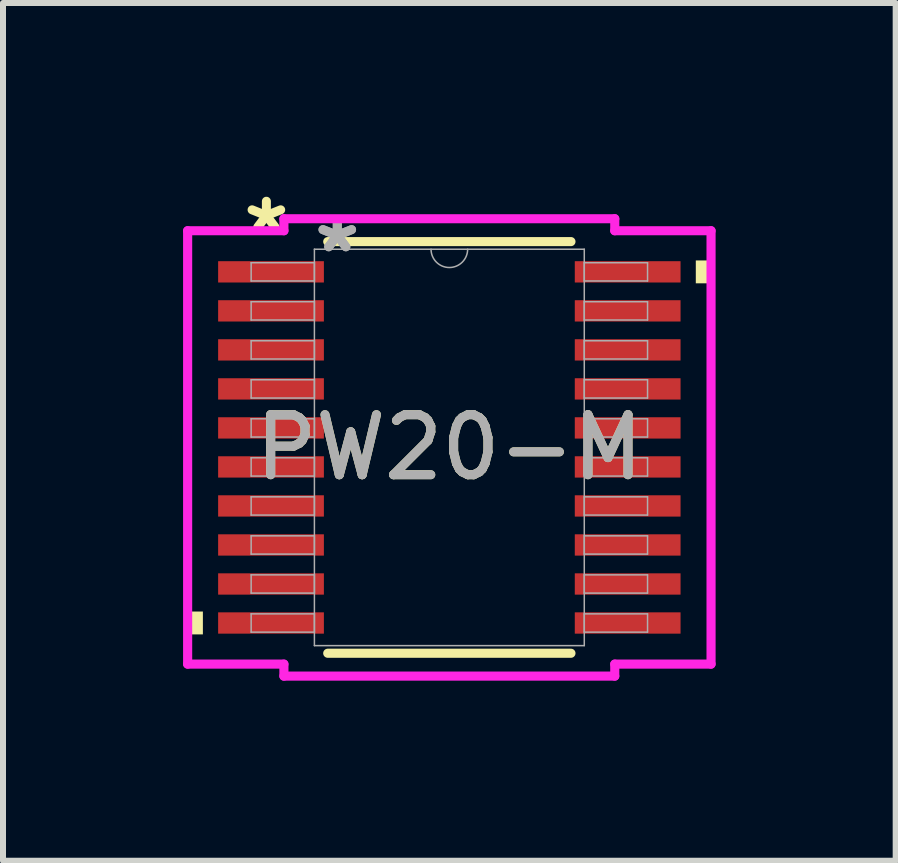
<source format=kicad_pcb>
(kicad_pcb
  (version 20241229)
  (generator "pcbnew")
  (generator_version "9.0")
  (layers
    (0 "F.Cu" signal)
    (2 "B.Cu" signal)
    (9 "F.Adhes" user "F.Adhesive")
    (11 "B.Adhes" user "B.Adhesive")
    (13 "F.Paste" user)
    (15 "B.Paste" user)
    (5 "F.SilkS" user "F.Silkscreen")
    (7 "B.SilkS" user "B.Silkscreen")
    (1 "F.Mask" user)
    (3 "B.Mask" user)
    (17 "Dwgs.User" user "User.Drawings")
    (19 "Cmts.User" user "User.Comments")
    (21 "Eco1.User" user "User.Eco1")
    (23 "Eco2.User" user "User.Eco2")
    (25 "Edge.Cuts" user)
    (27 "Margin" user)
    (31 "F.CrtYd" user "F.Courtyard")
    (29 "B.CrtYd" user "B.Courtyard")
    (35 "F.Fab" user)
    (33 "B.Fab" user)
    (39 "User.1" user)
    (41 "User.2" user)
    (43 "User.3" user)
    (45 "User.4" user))
  (footprint "PW20-M"
    (layer "F.Cu")
    (at 4.436 4.404)
    (property "Reference" "PW20-M" (at 0 0 0) (unlocked yes) (layer "F.SilkS") (effects (font (size 1 1) (thickness 0.15))))
    (attr smd allow_soldermask_bridges)
    (fp_line (start -2.026 3.429) (end 2.026 3.429) (stroke (width 0.152) (type solid)) (layer "F.SilkS"))
    (fp_line (start 2.026 -3.429) (end -2.026 -3.429) (stroke (width 0.152) (type solid)) (layer "F.SilkS"))
    (fp_poly (pts (xy -4.36 2.734) (xy -4.36 3.115) (xy -4.106 3.115) (xy -4.106 2.734)) (stroke (width 0) (type solid)) (fill yes) (layer "F.SilkS"))
    (fp_poly (pts (xy 4.36 -3.115) (xy 4.36 -2.734) (xy 4.106 -2.734) (xy 4.106 -3.115)) (stroke (width 0) (type solid)) (fill yes) (layer "F.SilkS"))
    (fp_line (start -4.36 -3.61) (end -2.756 -3.61) (stroke (width 0.152) (type solid)) (layer "F.CrtYd"))
    (fp_line (start -4.36 3.61) (end -4.36 -3.61) (stroke (width 0.152) (type solid)) (layer "F.CrtYd"))
    (fp_line (start -4.36 3.61) (end -2.756 3.61) (stroke (width 0.152) (type solid)) (layer "F.CrtYd"))
    (fp_line (start -2.756 -3.81) (end 2.756 -3.81) (stroke (width 0.152) (type solid)) (layer "F.CrtYd"))
    (fp_line (start -2.756 -3.61) (end -2.756 -3.81) (stroke (width 0.152) (type solid)) (layer "F.CrtYd"))
    (fp_line (start -2.756 3.81) (end -2.756 3.61) (stroke (width 0.152) (type solid)) (layer "F.CrtYd"))
    (fp_line (start 2.756 -3.81) (end 2.756 -3.61) (stroke (width 0.152) (type solid)) (layer "F.CrtYd"))
    (fp_line (start 2.756 3.61) (end 2.756 3.81) (stroke (width 0.152) (type solid)) (layer "F.CrtYd"))
    (fp_line (start 2.756 3.81) (end -2.756 3.81) (stroke (width 0.152) (type solid)) (layer "F.CrtYd"))
    (fp_line (start 4.36 -3.61) (end 2.756 -3.61) (stroke (width 0.152) (type solid)) (layer "F.CrtYd"))
    (fp_line (start 4.36 -3.61) (end 4.36 3.61) (stroke (width 0.152) (type solid)) (layer "F.CrtYd"))
    (fp_line (start 4.36 3.61) (end 2.756 3.61) (stroke (width 0.152) (type solid)) (layer "F.CrtYd"))
    (fp_line (start -3.302 -3.077) (end -3.302 -2.773) (stroke (width 0.025) (type solid)) (layer "F.Fab"))
    (fp_line (start -3.302 -2.773) (end -2.248 -2.773) (stroke (width 0.025) (type solid)) (layer "F.Fab"))
    (fp_line (start -3.302 -2.427) (end -3.302 -2.123) (stroke (width 0.025) (type solid)) (layer "F.Fab"))
    (fp_line (start -3.302 -2.123) (end -2.248 -2.123) (stroke (width 0.025) (type solid)) (layer "F.Fab"))
    (fp_line (start -3.302 -1.777) (end -3.302 -1.473) (stroke (width 0.025) (type solid)) (layer "F.Fab"))
    (fp_line (start -3.302 -1.473) (end -2.248 -1.473) (stroke (width 0.025) (type solid)) (layer "F.Fab"))
    (fp_line (start -3.302 -1.127) (end -3.302 -0.823) (stroke (width 0.025) (type solid)) (layer "F.Fab"))
    (fp_line (start -3.302 -0.823) (end -2.248 -0.823) (stroke (width 0.025) (type solid)) (layer "F.Fab"))
    (fp_line (start -3.302 -0.477) (end -3.302 -0.173) (stroke (width 0.025) (type solid)) (layer "F.Fab"))
    (fp_line (start -3.302 -0.173) (end -2.248 -0.173) (stroke (width 0.025) (type solid)) (layer "F.Fab"))
    (fp_line (start -3.302 0.173) (end -3.302 0.477) (stroke (width 0.025) (type solid)) (layer "F.Fab"))
    (fp_line (start -3.302 0.477) (end -2.248 0.477) (stroke (width 0.025) (type solid)) (layer "F.Fab"))
    (fp_line (start -3.302 0.823) (end -3.302 1.127) (stroke (width 0.025) (type solid)) (layer "F.Fab"))
    (fp_line (start -3.302 1.127) (end -2.248 1.127) (stroke (width 0.025) (type solid)) (layer "F.Fab"))
    (fp_line (start -3.302 1.473) (end -3.302 1.777) (stroke (width 0.025) (type solid)) (layer "F.Fab"))
    (fp_line (start -3.302 1.777) (end -2.248 1.777) (stroke (width 0.025) (type solid)) (layer "F.Fab"))
    (fp_line (start -3.302 2.123) (end -3.302 2.427) (stroke (width 0.025) (type solid)) (layer "F.Fab"))
    (fp_line (start -3.302 2.427) (end -2.248 2.427) (stroke (width 0.025) (type solid)) (layer "F.Fab"))
    (fp_line (start -3.302 2.773) (end -3.302 3.077) (stroke (width 0.025) (type solid)) (layer "F.Fab"))
    (fp_line (start -3.302 3.077) (end -2.248 3.077) (stroke (width 0.025) (type solid)) (layer "F.Fab"))
    (fp_line (start -2.248 -3.302) (end -2.248 3.302) (stroke (width 0.025) (type solid)) (layer "F.Fab"))
    (fp_line (start -2.248 -3.077) (end -3.302 -3.077) (stroke (width 0.025) (type solid)) (layer "F.Fab"))
    (fp_line (start -2.248 -2.773) (end -2.248 -3.077) (stroke (width 0.025) (type solid)) (layer "F.Fab"))
    (fp_line (start -2.248 -2.427) (end -3.302 -2.427) (stroke (width 0.025) (type solid)) (layer "F.Fab"))
    (fp_line (start -2.248 -2.123) (end -2.248 -2.427) (stroke (width 0.025) (type solid)) (layer "F.Fab"))
    (fp_line (start -2.248 -1.777) (end -3.302 -1.777) (stroke (width 0.025) (type solid)) (layer "F.Fab"))
    (fp_line (start -2.248 -1.473) (end -2.248 -1.777) (stroke (width 0.025) (type solid)) (layer "F.Fab"))
    (fp_line (start -2.248 -1.127) (end -3.302 -1.127) (stroke (width 0.025) (type solid)) (layer "F.Fab"))
    (fp_line (start -2.248 -0.823) (end -2.248 -1.127) (stroke (width 0.025) (type solid)) (layer "F.Fab"))
    (fp_line (start -2.248 -0.477) (end -3.302 -0.477) (stroke (width 0.025) (type solid)) (layer "F.Fab"))
    (fp_line (start -2.248 -0.173) (end -2.248 -0.477) (stroke (width 0.025) (type solid)) (layer "F.Fab"))
    (fp_line (start -2.248 0.173) (end -3.302 0.173) (stroke (width 0.025) (type solid)) (layer "F.Fab"))
    (fp_line (start -2.248 0.477) (end -2.248 0.173) (stroke (width 0.025) (type solid)) (layer "F.Fab"))
    (fp_line (start -2.248 0.823) (end -3.302 0.823) (stroke (width 0.025) (type solid)) (layer "F.Fab"))
    (fp_line (start -2.248 1.127) (end -2.248 0.823) (stroke (width 0.025) (type solid)) (layer "F.Fab"))
    (fp_line (start -2.248 1.473) (end -3.302 1.473) (stroke (width 0.025) (type solid)) (layer "F.Fab"))
    (fp_line (start -2.248 1.777) (end -2.248 1.473) (stroke (width 0.025) (type solid)) (layer "F.Fab"))
    (fp_line (start -2.248 2.123) (end -3.302 2.123) (stroke (width 0.025) (type solid)) (layer "F.Fab"))
    (fp_line (start -2.248 2.427) (end -2.248 2.123) (stroke (width 0.025) (type solid)) (layer "F.Fab"))
    (fp_line (start -2.248 2.773) (end -3.302 2.773) (stroke (width 0.025) (type solid)) (layer "F.Fab"))
    (fp_line (start -2.248 3.077) (end -2.248 2.773) (stroke (width 0.025) (type solid)) (layer "F.Fab"))
    (fp_line (start -2.248 3.302) (end 2.248 3.302) (stroke (width 0.025) (type solid)) (layer "F.Fab"))
    (fp_line (start 2.248 -3.302) (end -2.248 -3.302) (stroke (width 0.025) (type solid)) (layer "F.Fab"))
    (fp_line (start 2.248 -3.077) (end 2.248 -2.773) (stroke (width 0.025) (type solid)) (layer "F.Fab"))
    (fp_line (start 2.248 -2.773) (end 3.302 -2.773) (stroke (width 0.025) (type solid)) (layer "F.Fab"))
    (fp_line (start 2.248 -2.427) (end 2.248 -2.123) (stroke (width 0.025) (type solid)) (layer "F.Fab"))
    (fp_line (start 2.248 -2.123) (end 3.302 -2.123) (stroke (width 0.025) (type solid)) (layer "F.Fab"))
    (fp_line (start 2.248 -1.777) (end 2.248 -1.473) (stroke (width 0.025) (type solid)) (layer "F.Fab"))
    (fp_line (start 2.248 -1.473) (end 3.302 -1.473) (stroke (width 0.025) (type solid)) (layer "F.Fab"))
    (fp_line (start 2.248 -1.127) (end 2.248 -0.823) (stroke (width 0.025) (type solid)) (layer "F.Fab"))
    (fp_line (start 2.248 -0.823) (end 3.302 -0.823) (stroke (width 0.025) (type solid)) (layer "F.Fab"))
    (fp_line (start 2.248 -0.477) (end 2.248 -0.173) (stroke (width 0.025) (type solid)) (layer "F.Fab"))
    (fp_line (start 2.248 -0.173) (end 3.302 -0.173) (stroke (width 0.025) (type solid)) (layer "F.Fab"))
    (fp_line (start 2.248 0.173) (end 2.248 0.477) (stroke (width 0.025) (type solid)) (layer "F.Fab"))
    (fp_line (start 2.248 0.477) (end 3.302 0.477) (stroke (width 0.025) (type solid)) (layer "F.Fab"))
    (fp_line (start 2.248 0.823) (end 2.248 1.127) (stroke (width 0.025) (type solid)) (layer "F.Fab"))
    (fp_line (start 2.248 1.127) (end 3.302 1.127) (stroke (width 0.025) (type solid)) (layer "F.Fab"))
    (fp_line (start 2.248 1.473) (end 2.248 1.777) (stroke (width 0.025) (type solid)) (layer "F.Fab"))
    (fp_line (start 2.248 1.777) (end 3.302 1.777) (stroke (width 0.025) (type solid)) (layer "F.Fab"))
    (fp_line (start 2.248 2.123) (end 2.248 2.427) (stroke (width 0.025) (type solid)) (layer "F.Fab"))
    (fp_line (start 2.248 2.427) (end 3.302 2.427) (stroke (width 0.025) (type solid)) (layer "F.Fab"))
    (fp_line (start 2.248 2.773) (end 2.248 3.077) (stroke (width 0.025) (type solid)) (layer "F.Fab"))
    (fp_line (start 2.248 3.077) (end 3.302 3.077) (stroke (width 0.025) (type solid)) (layer "F.Fab"))
    (fp_line (start 2.248 3.302) (end 2.248 -3.302) (stroke (width 0.025) (type solid)) (layer "F.Fab"))
    (fp_line (start 3.302 -3.077) (end 2.248 -3.077) (stroke (width 0.025) (type solid)) (layer "F.Fab"))
    (fp_line (start 3.302 -2.773) (end 3.302 -3.077) (stroke (width 0.025) (type solid)) (layer "F.Fab"))
    (fp_line (start 3.302 -2.427) (end 2.248 -2.427) (stroke (width 0.025) (type solid)) (layer "F.Fab"))
    (fp_line (start 3.302 -2.123) (end 3.302 -2.427) (stroke (width 0.025) (type solid)) (layer "F.Fab"))
    (fp_line (start 3.302 -1.777) (end 2.248 -1.777) (stroke (width 0.025) (type solid)) (layer "F.Fab"))
    (fp_line (start 3.302 -1.473) (end 3.302 -1.777) (stroke (width 0.025) (type solid)) (layer "F.Fab"))
    (fp_line (start 3.302 -1.127) (end 2.248 -1.127) (stroke (width 0.025) (type solid)) (layer "F.Fab"))
    (fp_line (start 3.302 -0.823) (end 3.302 -1.127) (stroke (width 0.025) (type solid)) (layer "F.Fab"))
    (fp_line (start 3.302 -0.477) (end 2.248 -0.477) (stroke (width 0.025) (type solid)) (layer "F.Fab"))
    (fp_line (start 3.302 -0.173) (end 3.302 -0.477) (stroke (width 0.025) (type solid)) (layer "F.Fab"))
    (fp_line (start 3.302 0.173) (end 2.248 0.173) (stroke (width 0.025) (type solid)) (layer "F.Fab"))
    (fp_line (start 3.302 0.477) (end 3.302 0.173) (stroke (width 0.025) (type solid)) (layer "F.Fab"))
    (fp_line (start 3.302 0.823) (end 2.248 0.823) (stroke (width 0.025) (type solid)) (layer "F.Fab"))
    (fp_line (start 3.302 1.127) (end 3.302 0.823) (stroke (width 0.025) (type solid)) (layer "F.Fab"))
    (fp_line (start 3.302 1.473) (end 2.248 1.473) (stroke (width 0.025) (type solid)) (layer "F.Fab"))
    (fp_line (start 3.302 1.777) (end 3.302 1.473) (stroke (width 0.025) (type solid)) (layer "F.Fab"))
    (fp_line (start 3.302 2.123) (end 2.248 2.123) (stroke (width 0.025) (type solid)) (layer "F.Fab"))
    (fp_line (start 3.302 2.427) (end 3.302 2.123) (stroke (width 0.025) (type solid)) (layer "F.Fab"))
    (fp_line (start 3.302 2.773) (end 2.248 2.773) (stroke (width 0.025) (type solid)) (layer "F.Fab"))
    (fp_line (start 3.302 3.077) (end 3.302 2.773) (stroke (width 0.025) (type solid)) (layer "F.Fab"))
    (fp_arc (start 0.3048 -3.302) (mid 0 -2.9972) (end -0.3048 -3.302) (stroke (width 0.0254) (type solid)) (layer "F.Fab"))
    (fp_text user "*" (at -3.048 -3.556 0) (unlocked yes) (layer "F.SilkS") (effects (font (size 1 1) (thickness 0.15))))
    (fp_text user "${REFERENCE}" (at 0 0 0) (unlocked yes) (layer "F.Fab") (effects (font (size 1 1) (thickness 0.15))))
    (fp_text user "*" (at -1.867 -3.226 0) (layer "F.Fab") (effects (font (size 1 1) (thickness 0.15))))
    (fp_text user "*" (at -1.867 -3.226 0) (unlocked yes) (layer "F.Fab") (effects (font (size 1 1) (thickness 0.15))))
    (pad "1" smd rect (at -2.971 -2.925) (size 1.762 0.355) (layers "F.Cu" "F.Mask" "F.Paste"))
    (pad "2" smd rect (at -2.971 -2.275) (size 1.762 0.355) (layers "F.Cu" "F.Mask" "F.Paste"))
    (pad "3" smd rect (at -2.971 -1.625) (size 1.762 0.355) (layers "F.Cu" "F.Mask" "F.Paste"))
    (pad "4" smd rect (at -2.971 -0.975) (size 1.762 0.355) (layers "F.Cu" "F.Mask" "F.Paste"))
    (pad "5" smd rect (at -2.971 -0.325) (size 1.762 0.355) (layers "F.Cu" "F.Mask" "F.Paste"))
    (pad "6" smd rect (at -2.971 0.325) (size 1.762 0.355) (layers "F.Cu" "F.Mask" "F.Paste"))
    (pad "7" smd rect (at -2.971 0.975) (size 1.762 0.355) (layers "F.Cu" "F.Mask" "F.Paste"))
    (pad "8" smd rect (at -2.971 1.625) (size 1.762 0.355) (layers "F.Cu" "F.Mask" "F.Paste"))
    (pad "9" smd rect (at -2.971 2.275) (size 1.762 0.355) (layers "F.Cu" "F.Mask" "F.Paste"))
    (pad "10" smd rect (at -2.971 2.925) (size 1.762 0.355) (layers "F.Cu" "F.Mask" "F.Paste"))
    (pad "11" smd rect (at 2.971 2.925) (size 1.762 0.355) (layers "F.Cu" "F.Mask" "F.Paste"))
    (pad "12" smd rect (at 2.971 2.275) (size 1.762 0.355) (layers "F.Cu" "F.Mask" "F.Paste"))
    (pad "13" smd rect (at 2.971 1.625) (size 1.762 0.355) (layers "F.Cu" "F.Mask" "F.Paste"))
    (pad "14" smd rect (at 2.971 0.975) (size 1.762 0.355) (layers "F.Cu" "F.Mask" "F.Paste"))
    (pad "15" smd rect (at 2.971 0.325) (size 1.762 0.355) (layers "F.Cu" "F.Mask" "F.Paste"))
    (pad "16" smd rect (at 2.971 -0.325) (size 1.762 0.355) (layers "F.Cu" "F.Mask" "F.Paste"))
    (pad "17" smd rect (at 2.971 -0.975) (size 1.762 0.355) (layers "F.Cu" "F.Mask" "F.Paste"))
    (pad "18" smd rect (at 2.971 -1.625) (size 1.762 0.355) (layers "F.Cu" "F.Mask" "F.Paste"))
    (pad "19" smd rect (at 2.971 -2.275) (size 1.762 0.355) (layers "F.Cu" "F.Mask" "F.Paste"))
    (pad "20" smd rect (at 2.971 -2.925) (size 1.762 0.355) (layers "F.Cu" "F.Mask" "F.Paste")))
  (gr_rect
    (start -3 -3)
    (end 11.872 11.29)
    (stroke (width 0.1) (type default))
    (fill no)
    (layer "Edge.Cuts")))
</source>
